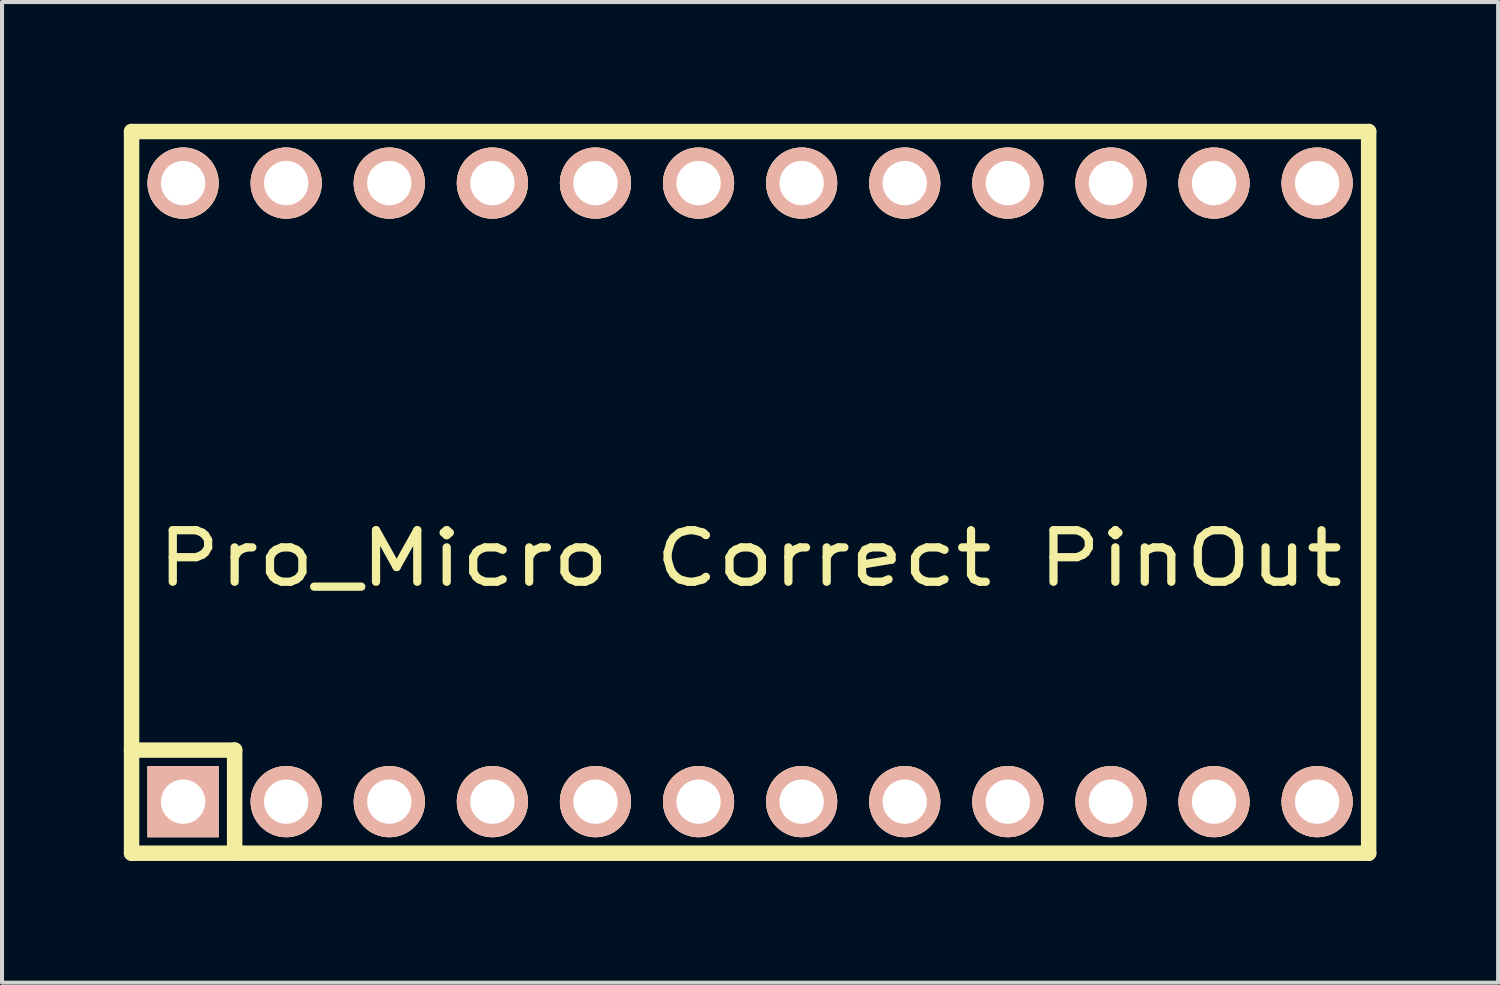
<source format=kicad_pcb>
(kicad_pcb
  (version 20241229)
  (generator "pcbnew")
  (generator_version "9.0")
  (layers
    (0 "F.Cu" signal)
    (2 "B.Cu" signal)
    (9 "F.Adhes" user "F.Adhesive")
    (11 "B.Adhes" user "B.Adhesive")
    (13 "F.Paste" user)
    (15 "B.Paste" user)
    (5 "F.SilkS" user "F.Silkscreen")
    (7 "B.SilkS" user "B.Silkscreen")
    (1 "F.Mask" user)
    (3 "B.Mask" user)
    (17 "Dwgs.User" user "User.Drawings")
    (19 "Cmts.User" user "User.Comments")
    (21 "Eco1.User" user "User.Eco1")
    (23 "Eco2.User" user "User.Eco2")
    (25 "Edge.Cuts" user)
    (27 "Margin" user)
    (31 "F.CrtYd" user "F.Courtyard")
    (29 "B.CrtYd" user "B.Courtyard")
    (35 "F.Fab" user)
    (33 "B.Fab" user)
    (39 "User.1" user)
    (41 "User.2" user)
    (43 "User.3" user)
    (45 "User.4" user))
  (footprint "Pro_Micro Correct PinOut"
    (layer "F.Cu")
    (at 15.431 9.081)
    (property "Reference" "Pro_Micro Correct PinOut" (at 0 1.625 0) (layer "F.SilkS") (effects (font (size 1.27 1.524) (thickness 0.203))))
    (attr through_hole)
    (fp_line (start -15.24 -8.89) (end -15.24 8.89) (stroke (width 0.381) (type solid)) (layer "F.SilkS"))
    (fp_line (start -15.24 6.35) (end -12.7 6.35) (stroke (width 0.381) (type solid)) (layer "F.SilkS"))
    (fp_line (start -15.24 8.89) (end 15.24 8.89) (stroke (width 0.381) (type solid)) (layer "F.SilkS"))
    (fp_line (start -12.7 6.35) (end -12.7 8.89) (stroke (width 0.381) (type solid)) (layer "F.SilkS"))
    (fp_line (start 15.24 -8.89) (end -15.24 -8.89) (stroke (width 0.381) (type solid)) (layer "F.SilkS"))
    (fp_line (start 15.24 8.89) (end 15.24 -8.89) (stroke (width 0.381) (type solid)) (layer "F.SilkS"))
    (pad "1" thru_hole rect (at -13.97 7.62) (size 1.753 1.753) (drill 1.092) (layers "*.Cu" "*.SilkS" "*.Mask"))
    (pad "2" thru_hole circle (at -11.43 7.62) (size 1.753 1.753) (drill 1.092) (layers "*.Cu" "*.SilkS" "*.Mask"))
    (pad "3" thru_hole circle (at -8.89 7.62) (size 1.753 1.753) (drill 1.092) (layers "*.Cu" "*.SilkS" "*.Mask"))
    (pad "4" thru_hole circle (at -6.35 7.62) (size 1.753 1.753) (drill 1.092) (layers "*.Cu" "*.SilkS" "*.Mask"))
    (pad "5" thru_hole circle (at -3.81 7.62) (size 1.753 1.753) (drill 1.092) (layers "*.Cu" "*.SilkS" "*.Mask"))
    (pad "6" thru_hole circle (at -1.27 7.62) (size 1.753 1.753) (drill 1.092) (layers "*.Cu" "*.SilkS" "*.Mask"))
    (pad "7" thru_hole circle (at 1.27 7.62) (size 1.753 1.753) (drill 1.092) (layers "*.Cu" "*.SilkS" "*.Mask"))
    (pad "8" thru_hole circle (at 3.81 7.62) (size 1.753 1.753) (drill 1.092) (layers "*.Cu" "*.SilkS" "*.Mask"))
    (pad "9" thru_hole circle (at 6.35 7.62) (size 1.753 1.753) (drill 1.092) (layers "*.Cu" "*.SilkS" "*.Mask"))
    (pad "10" thru_hole circle (at 8.89 7.62) (size 1.753 1.753) (drill 1.092) (layers "*.Cu" "*.SilkS" "*.Mask"))
    (pad "11" thru_hole circle (at 11.43 7.62) (size 1.753 1.753) (drill 1.092) (layers "*.Cu" "*.SilkS" "*.Mask"))
    (pad "12" thru_hole circle (at 13.97 7.62) (size 1.753 1.753) (drill 1.092) (layers "*.Cu" "*.SilkS" "*.Mask"))
    (pad "13" thru_hole circle (at 13.97 -7.62) (size 1.753 1.753) (drill 1.092) (layers "*.Cu" "*.SilkS" "*.Mask"))
    (pad "14" thru_hole circle (at 11.43 -7.62) (size 1.753 1.753) (drill 1.092) (layers "*.Cu" "*.SilkS" "*.Mask"))
    (pad "15" thru_hole circle (at 8.89 -7.62) (size 1.753 1.753) (drill 1.092) (layers "*.Cu" "*.SilkS" "*.Mask"))
    (pad "16" thru_hole circle (at 6.35 -7.62) (size 1.753 1.753) (drill 1.092) (layers "*.Cu" "*.SilkS" "*.Mask"))
    (pad "17" thru_hole circle (at 3.81 -7.62) (size 1.753 1.753) (drill 1.092) (layers "*.Cu" "*.SilkS" "*.Mask"))
    (pad "18" thru_hole circle (at 1.27 -7.62) (size 1.753 1.753) (drill 1.092) (layers "*.Cu" "*.SilkS" "*.Mask"))
    (pad "19" thru_hole circle (at -1.27 -7.62) (size 1.753 1.753) (drill 1.092) (layers "*.Cu" "*.SilkS" "*.Mask"))
    (pad "20" thru_hole circle (at -3.81 -7.62) (size 1.753 1.753) (drill 1.092) (layers "*.Cu" "*.SilkS" "*.Mask"))
    (pad "21" thru_hole circle (at -6.35 -7.62) (size 1.753 1.753) (drill 1.092) (layers "*.Cu" "*.SilkS" "*.Mask"))
    (pad "22" thru_hole circle (at -8.89 -7.62) (size 1.753 1.753) (drill 1.092) (layers "*.Cu" "*.SilkS" "*.Mask"))
    (pad "23" thru_hole circle (at -11.43 -7.62) (size 1.753 1.753) (drill 1.092) (layers "*.Cu" "*.SilkS" "*.Mask"))
    (pad "24" thru_hole circle (at -13.97 -7.62) (size 1.753 1.753) (drill 1.092) (layers "*.Cu" "*.SilkS" "*.Mask")))
  (gr_rect
    (start -3 -3)
    (end 33.861 21.161)
    (stroke (width 0.1) (type default))
    (fill no)
    (layer "Edge.Cuts")))
</source>
